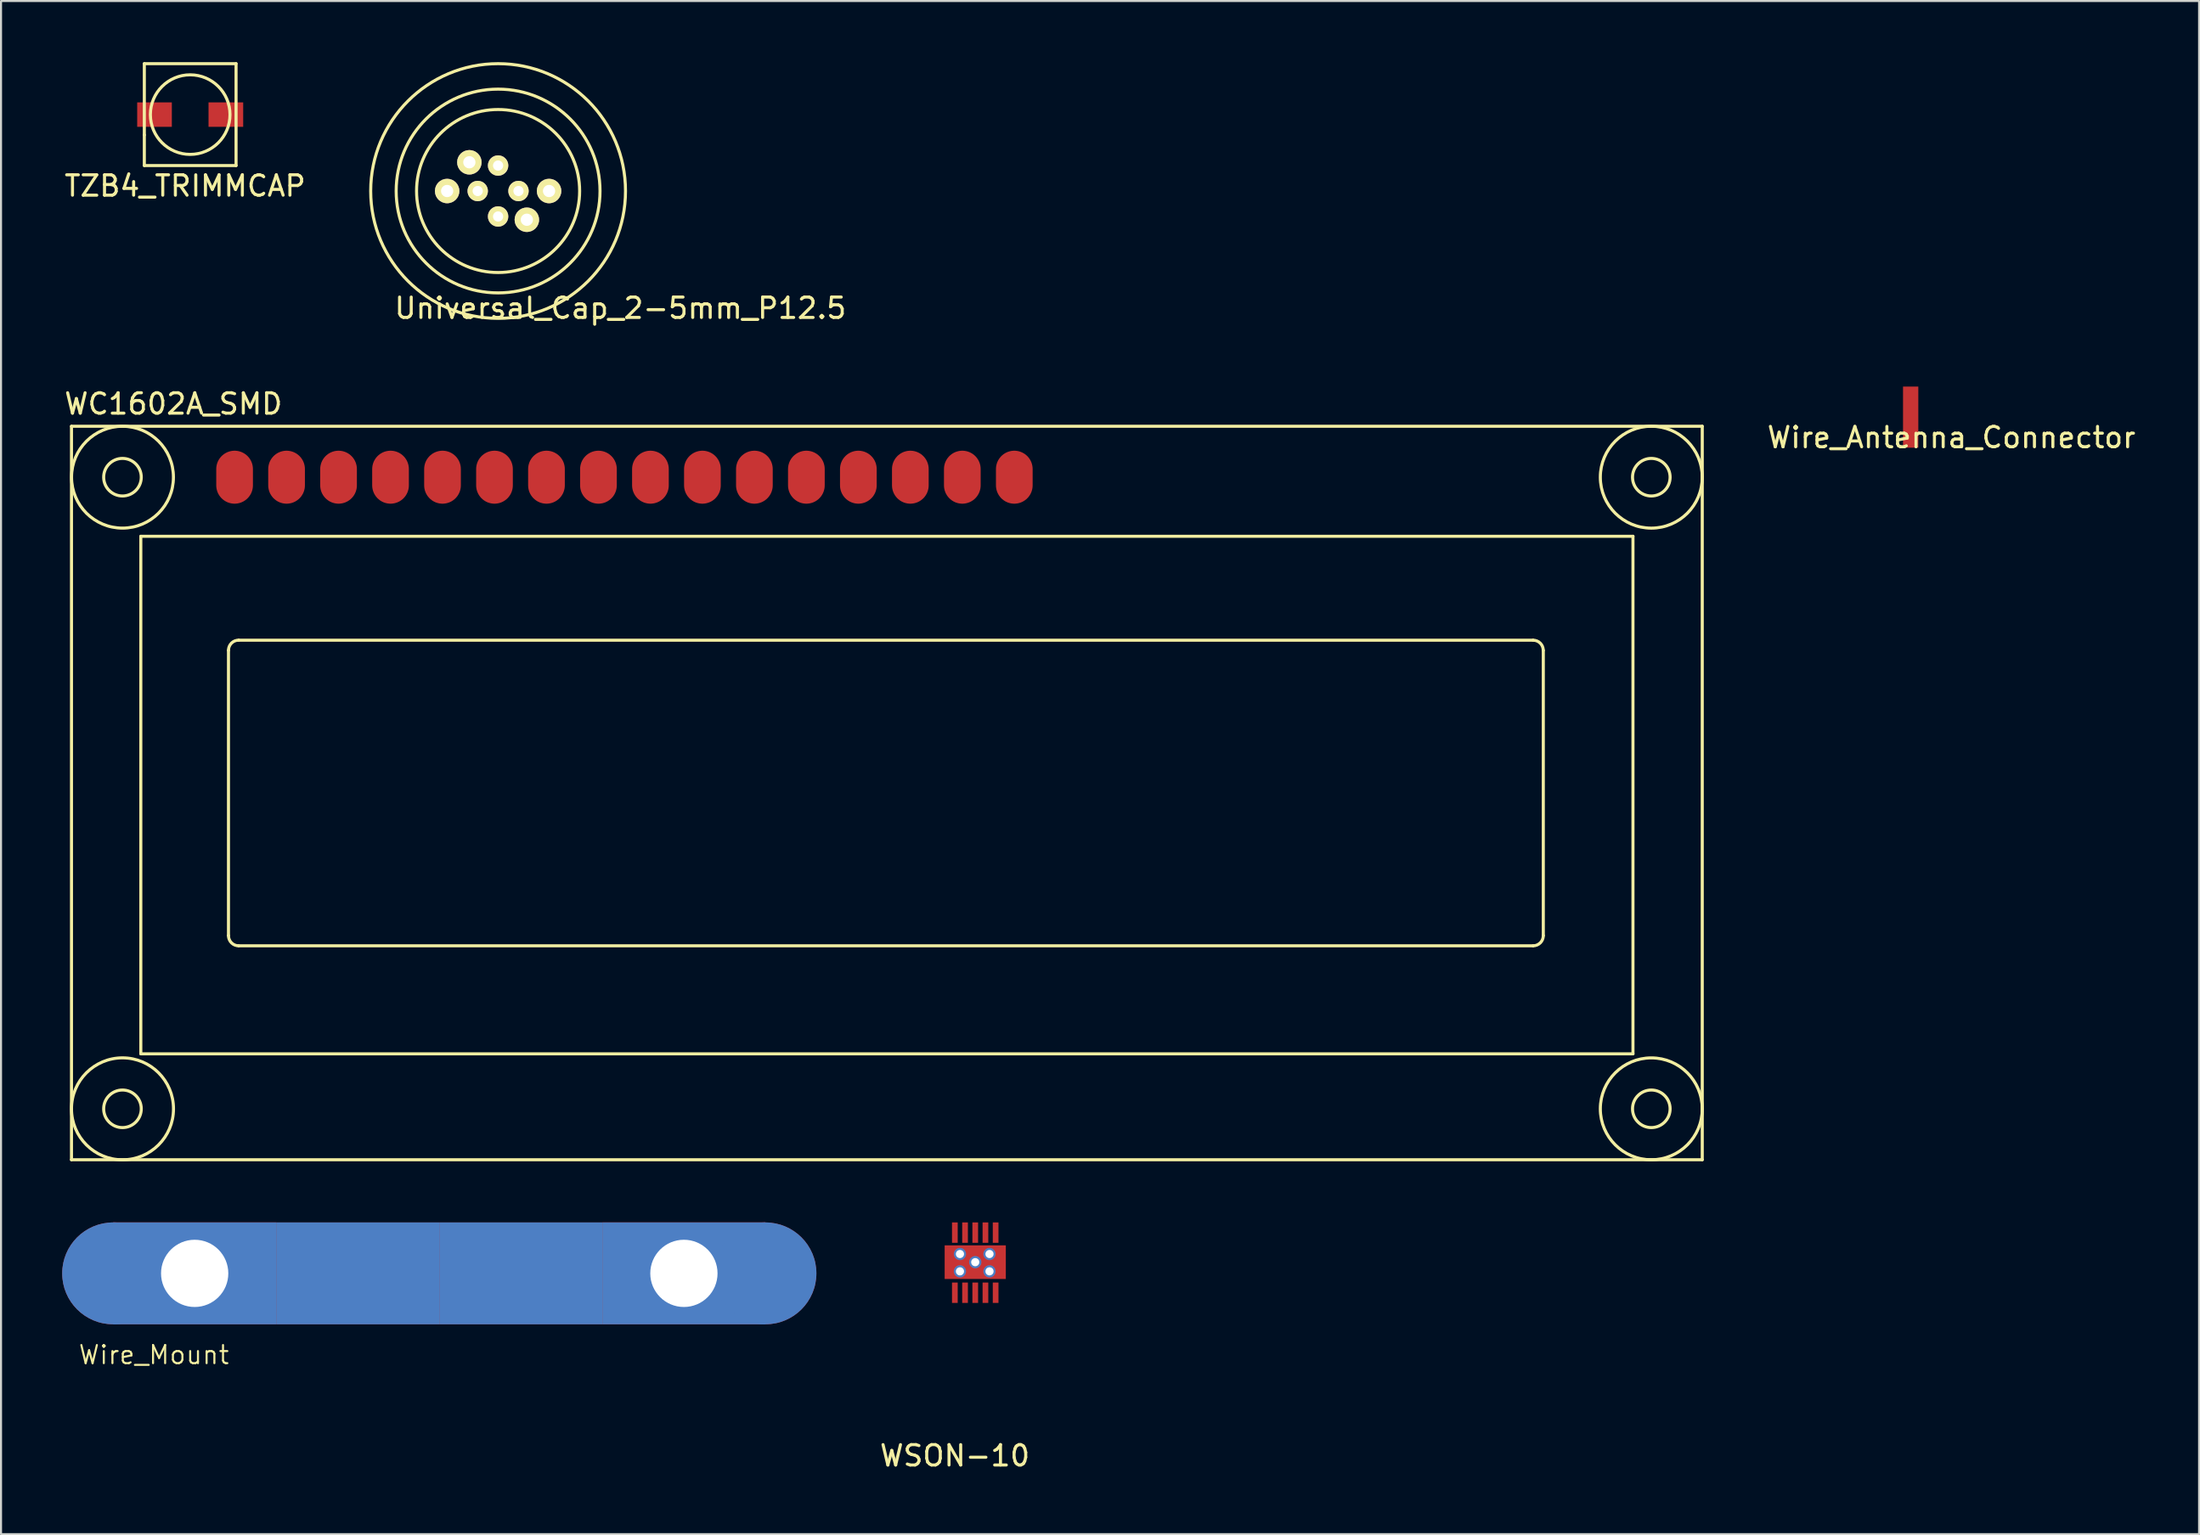
<source format=kicad_pcb>
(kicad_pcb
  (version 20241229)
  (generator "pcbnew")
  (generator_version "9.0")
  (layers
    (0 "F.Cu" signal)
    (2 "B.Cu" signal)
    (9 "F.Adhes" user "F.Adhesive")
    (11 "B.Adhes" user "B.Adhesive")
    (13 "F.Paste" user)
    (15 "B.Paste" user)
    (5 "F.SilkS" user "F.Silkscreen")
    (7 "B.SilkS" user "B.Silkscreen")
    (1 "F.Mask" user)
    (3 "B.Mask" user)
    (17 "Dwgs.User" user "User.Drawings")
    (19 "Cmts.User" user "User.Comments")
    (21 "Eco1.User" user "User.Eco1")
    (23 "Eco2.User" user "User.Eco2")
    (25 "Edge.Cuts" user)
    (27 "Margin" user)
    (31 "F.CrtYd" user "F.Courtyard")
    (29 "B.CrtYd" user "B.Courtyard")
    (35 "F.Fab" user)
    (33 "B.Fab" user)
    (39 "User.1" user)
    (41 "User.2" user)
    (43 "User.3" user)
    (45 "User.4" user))
  (footprint "Wire_Mount"
    (layer "F.Cu")
    (at 16.5 59.448)
    (property "Reference" "Wire_Mount" (at -12 4 0) (layer "F.SilkS") (effects (font (size 0.89 0.89) (thickness 0.1))))
    (attr through_hole)
    (pad "1" smd circle (at -14 0) (size 5 5) (layers "*.Mask" "F.Cu"))
    (pad "1" smd circle (at -14 0) (size 5 5) (layers "*.Mask" "B.Cu"))
    (pad "1" thru_hole rect (at -10 0) (size 8 5) (drill 3.3) (layers "*.Cu" "*.Mask"))
    (pad "1" smd rect (at -10 0) (size 8 5) (layers "*.Mask" "F.Cu"))
    (pad "1" smd rect (at -2 0) (size 8 5) (layers "*.Mask" "F.Cu"))
    (pad "1" smd rect (at -2 0) (size 8 5) (layers "*.Mask" "B.Cu"))
    (pad "1" smd rect (at 6 0) (size 8 5) (layers "*.Mask" "F.Cu"))
    (pad "1" smd rect (at 6 0) (size 8 5) (layers "F.Mask" "B.Cu"))
    (pad "1" thru_hole rect (at 14 0) (size 8 5) (drill 3.3) (layers "*.Cu" "*.Mask"))
    (pad "1" smd rect (at 14 0) (size 8 5) (layers "*.Mask" "F.Cu"))
    (pad "1" smd circle (at 18 0) (size 5 5) (layers "*.Mask" "F.Cu"))
    (pad "1" smd circle (at 18 0) (size 5 5) (layers "*.Mask" "B.Cu")))
  (footprint "TZB4_TRIMMCAP"
    (layer "F.Cu")
    (at 4.53 2.575)
    (property "Reference" "TZB4_TRIMMCAP" (at 1.5 3.5 0) (layer "F.SilkS") (effects (font (size 1 1) (thickness 0.15))))
    (attr through_hole)
    (fp_line (start -0.5 -2.5) (end 4 -2.5) (stroke (width 0.15) (type solid)) (layer "F.SilkS"))
    (fp_line (start -0.5 1) (end -0.5 -2.5) (stroke (width 0.15) (type solid)) (layer "F.SilkS"))
    (fp_line (start -0.5 2.5) (end -0.5 1) (stroke (width 0.15) (type solid)) (layer "F.SilkS"))
    (fp_line (start 4 -2.5) (end 4 2.5) (stroke (width 0.15) (type solid)) (layer "F.SilkS"))
    (fp_line (start 4 2.5) (end -0.5 2.5) (stroke (width 0.15) (type solid)) (layer "F.SilkS"))
    (fp_circle (center 1.75 0) (end 3.25 1.25) (stroke (width 0.15) (type solid)) (fill no) (layer "F.SilkS"))
    (pad "+" smd rect (at 3.5 0) (size 1.7 1.2) (layers "F.Cu" "F.Mask" "F.Paste"))
    (pad "-" smd rect (at 0 0) (size 1.7 1.2) (layers "F.Cu" "F.Mask" "F.Paste")))
  (footprint "Wire_Antenna_Connector"
    (layer "F.Cu")
    (at 90.681 18.423)
    (property "Reference" "Wire_Antenna_Connector" (at 2 0 0) (layer "F.SilkS") (effects (font (size 1 1) (thickness 0.15))))
    (attr through_hole)
    (pad "1" smd rect (at 0 -1) (size 0.75 3) (layers "F.Cu" "F.Mask" "F.Paste")))
  (footprint "Universal_Cap_2-5mm_P12.5"
    (layer "F.Cu")
    (at 21.385 6.325)
    (property "Reference" "Universal_Cap_2-5mm_P12.5" (at 6 5.75 0) (layer "F.SilkS") (effects (font (size 1 1) (thickness 0.15))))
    (attr through_hole)
    (fp_circle (center 0 0) (end 4 0) (stroke (width 0.15) (type solid)) (fill no) (layer "F.SilkS"))
    (fp_circle (center 0 0) (end 5 0) (stroke (width 0.15) (type solid)) (fill no) (layer "F.SilkS"))
    (fp_circle (center 0 0) (end 6.25 0) (stroke (width 0.15) (type solid)) (fill no) (layer "F.SilkS"))
    (pad "+" thru_hole circle (at -2.5 0) (size 1.2 1.2) (drill 0.6) (layers "*.Cu" "*.Mask" "F.SilkS"))
    (pad "+" thru_hole circle (at -1.41 -1.41) (size 1.2 1.2) (drill 0.6) (layers "*.Cu" "*.Mask" "F.SilkS"))
    (pad "+" thru_hole circle (at -1 0) (size 1 1) (drill 0.5) (layers "*.Cu" "*.Mask" "F.SilkS"))
    (pad "+" thru_hole circle (at 0 -1.25) (size 1 1) (drill 0.5) (layers "*.Cu" "*.Mask" "F.SilkS"))
    (pad "-" thru_hole circle (at 0 1.25) (size 1 1) (drill 0.5) (layers "*.Cu" "*.Mask" "F.SilkS"))
    (pad "-" thru_hole circle (at 1 0) (size 1 1) (drill 0.5) (layers "*.Cu" "*.Mask" "F.SilkS"))
    (pad "-" thru_hole circle (at 1.41 1.41) (size 1.2 1.2) (drill 0.6) (layers "*.Cu" "*.Mask" "F.SilkS"))
    (pad "-" thru_hole circle (at 2.5 0) (size 1.2 1.2) (drill 0.6) (layers "*.Cu" "*.Mask" "F.SilkS")))
  (footprint "WC1602A_SMD"
    (layer "F.Cu")
    (at 8.458 20.371)
    (property "Reference" "WC1602A_SMD" (at -3 -3.599 0) (layer "F.SilkS") (effects (font (size 1 1) (thickness 0.15))))
    (attr through_hole)
    (fp_line (start -8.001 -2.499) (end 71.999 -2.499) (stroke (width 0.15) (type solid)) (layer "F.SilkS"))
    (fp_line (start -8.001 33.5) (end -8.001 -2.499) (stroke (width 0.15) (type solid)) (layer "F.SilkS"))
    (fp_line (start -4.6 2.901) (end 68.6 2.901) (stroke (width 0.15) (type solid)) (layer "F.SilkS"))
    (fp_line (start -4.6 28.301) (end -4.6 2.901) (stroke (width 0.15) (type solid)) (layer "F.SilkS"))
    (fp_line (start -0.3 22.499) (end -0.3 8.499) (stroke (width 0.15) (type solid)) (layer "F.SilkS"))
    (fp_line (start 0.201 8.001) (end 63.701 8.001) (stroke (width 0.15) (type solid)) (layer "F.SilkS"))
    (fp_line (start 63.701 23) (end 0.201 23) (stroke (width 0.15) (type solid)) (layer "F.SilkS"))
    (fp_line (start 64.201 8.499) (end 64.201 22.499) (stroke (width 0.15) (type solid)) (layer "F.SilkS"))
    (fp_line (start 68.6 2.901) (end 68.6 28.301) (stroke (width 0.15) (type solid)) (layer "F.SilkS"))
    (fp_line (start 68.6 28.301) (end -4.6 28.301) (stroke (width 0.15) (type solid)) (layer "F.SilkS"))
    (fp_line (start 71.999 -2.499) (end 71.999 33.5) (stroke (width 0.15) (type solid)) (layer "F.SilkS"))
    (fp_line (start 71.999 33.5) (end -8.001 33.5) (stroke (width 0.15) (type solid)) (layer "F.SilkS"))
    (fp_arc (start -0.29972 8.49884) (mid -0.153162 8.145018) (end 0.20066 7.99846) (stroke (width 0.15) (type solid)) (layer "F.SilkS"))
    (fp_arc (start 0.20066 22.9997) (mid -0.153162 22.853142) (end -0.29972 22.49932) (stroke (width 0.15) (type solid)) (layer "F.SilkS"))
    (fp_arc (start 63.70066 8.001) (mid 64.052686 8.146814) (end 64.1985 8.49884) (stroke (width 0.15) (type solid)) (layer "F.SilkS"))
    (fp_arc (start 64.20104 22.49932) (mid 64.054482 22.853142) (end 63.70066 22.9997) (stroke (width 0.15) (type solid)) (layer "F.SilkS"))
    (fp_circle (center -5.5 0) (end -4.8 0.6) (stroke (width 0.15) (type solid)) (fill no) (layer "F.SilkS"))
    (fp_circle (center -5.5 31) (end -4.8 31.6) (stroke (width 0.15) (type solid)) (fill no) (layer "F.SilkS"))
    (fp_circle (center -5.499 0) (end -3 0) (stroke (width 0.15) (type solid)) (fill no) (layer "F.SilkS"))
    (fp_circle (center -5.499 31.001) (end -8.001 31.001) (stroke (width 0.15) (type solid)) (fill no) (layer "F.SilkS"))
    (fp_circle (center 69.499 0) (end 71.999 0) (stroke (width 0.15) (type solid)) (fill no) (layer "F.SilkS"))
    (fp_circle (center 69.499 31.001) (end 71.999 31.001) (stroke (width 0.15) (type solid)) (fill no) (layer "F.SilkS"))
    (fp_circle (center 69.5 0) (end 70.2 0.6) (stroke (width 0.15) (type solid)) (fill no) (layer "F.SilkS"))
    (fp_circle (center 69.5 31) (end 70.2 31.6) (stroke (width 0.15) (type solid)) (fill no) (layer "F.SilkS"))
    (pad "1" smd oval (at 0 0) (size 1.8 2.6) (layers "F.Cu" "F.Mask" "F.Paste"))
    (pad "2" smd oval (at 2.55 0) (size 1.8 2.6) (layers "F.Cu" "F.Mask" "F.Paste"))
    (pad "3" smd oval (at 5.1 0) (size 1.8 2.6) (layers "F.Cu" "F.Mask" "F.Paste"))
    (pad "4" smd oval (at 7.65 0) (size 1.8 2.6) (layers "F.Cu" "F.Mask" "F.Paste"))
    (pad "5" smd oval (at 10.2 0) (size 1.8 2.6) (layers "F.Cu" "F.Mask" "F.Paste"))
    (pad "6" smd oval (at 12.75 0) (size 1.8 2.6) (layers "F.Cu" "F.Mask" "F.Paste"))
    (pad "7" smd oval (at 15.3 0) (size 1.8 2.6) (layers "F.Cu" "F.Mask" "F.Paste"))
    (pad "8" smd oval (at 17.85 0) (size 1.8 2.6) (layers "F.Cu" "F.Mask" "F.Paste"))
    (pad "9" smd oval (at 20.4 0) (size 1.8 2.6) (layers "F.Cu" "F.Mask" "F.Paste"))
    (pad "10" smd oval (at 22.95 0) (size 1.8 2.6) (layers "F.Cu" "F.Mask" "F.Paste"))
    (pad "11" smd oval (at 25.5 0) (size 1.8 2.6) (layers "F.Cu" "F.Mask" "F.Paste"))
    (pad "12" smd oval (at 28.05 0) (size 1.8 2.6) (layers "F.Cu" "F.Mask" "F.Paste"))
    (pad "13" smd oval (at 30.6 0) (size 1.8 2.6) (layers "F.Cu" "F.Mask" "F.Paste"))
    (pad "14" smd oval (at 33.15 0) (size 1.8 2.6) (layers "F.Cu" "F.Mask" "F.Paste"))
    (pad "15" smd oval (at 35.7 0) (size 1.8 2.6) (layers "F.Cu" "F.Mask" "F.Paste"))
    (pad "16" smd oval (at 38.25 0) (size 1.8 2.6) (layers "F.Cu" "F.Mask" "F.Paste")))
  (footprint "WSON-10"
    (layer "F.Cu")
    (at 43.792 60.398)
    (property "Reference" "WSON-10" (at 0 8 0) (layer "F.SilkS") (effects (font (size 1 1) (thickness 0.15))))
    (attr through_hole)
    (pad "1" smd rect (at 0 0) (size 0.28 1) (layers "F.Cu" "F.Mask" "F.Paste"))
    (pad "2" smd rect (at 0.5 0) (size 0.28 1) (layers "F.Cu" "F.Mask" "F.Paste"))
    (pad "3" smd rect (at 1 0) (size 0.28 1) (layers "F.Cu" "F.Mask" "F.Paste"))
    (pad "4" smd rect (at 1.5 0) (size 0.28 1) (layers "F.Cu" "F.Mask" "F.Paste"))
    (pad "5" smd rect (at 2 0) (size 0.28 1) (layers "F.Cu" "F.Mask" "F.Paste"))
    (pad "6" smd rect (at 2 -2.95) (size 0.28 1) (layers "F.Cu" "F.Mask" "F.Paste"))
    (pad "7" smd rect (at 1.5 -2.95) (size 0.28 1) (layers "F.Cu" "F.Mask" "F.Paste"))
    (pad "8" smd rect (at 1 -2.95) (size 0.28 1) (layers "F.Cu" "F.Mask" "F.Paste"))
    (pad "9" smd rect (at 0.5 -2.95) (size 0.28 1) (layers "F.Cu" "F.Mask" "F.Paste"))
    (pad "10" smd rect (at 0 -2.95) (size 0.28 1) (layers "F.Cu" "F.Mask" "F.Paste"))
    (pad "11" thru_hole circle (at 0.25 -1.9) (size 0.6 0.6) (drill 0.4) (layers "*.Cu" "*.Mask" "F.Paste"))
    (pad "11" thru_hole circle (at 0.25 -1.05) (size 0.6 0.6) (drill 0.4) (layers "*.Cu" "*.Mask" "F.Paste"))
    (pad "11" thru_hole circle (at 1 -1.5) (size 0.6 0.6) (drill 0.4) (layers "*.Cu" "*.Mask" "F.Paste"))
    (pad "11" smd rect (at 1 -1.5) (size 3 1.65) (layers "F.Cu" "F.Mask" "F.Paste"))
    (pad "11" thru_hole circle (at 1.7 -1.9) (size 0.6 0.6) (drill 0.4) (layers "*.Cu" "*.Mask" "F.Paste"))
    (pad "11" thru_hole circle (at 1.7 -1.05) (size 0.6 0.6) (drill 0.4) (layers "*.Cu" "*.Mask" "F.Paste")))
  (gr_rect
    (start -3 -3)
    (end 104.83 72.247)
    (stroke (width 0.1) (type default))
    (fill no)
    (layer "Edge.Cuts")))
</source>
